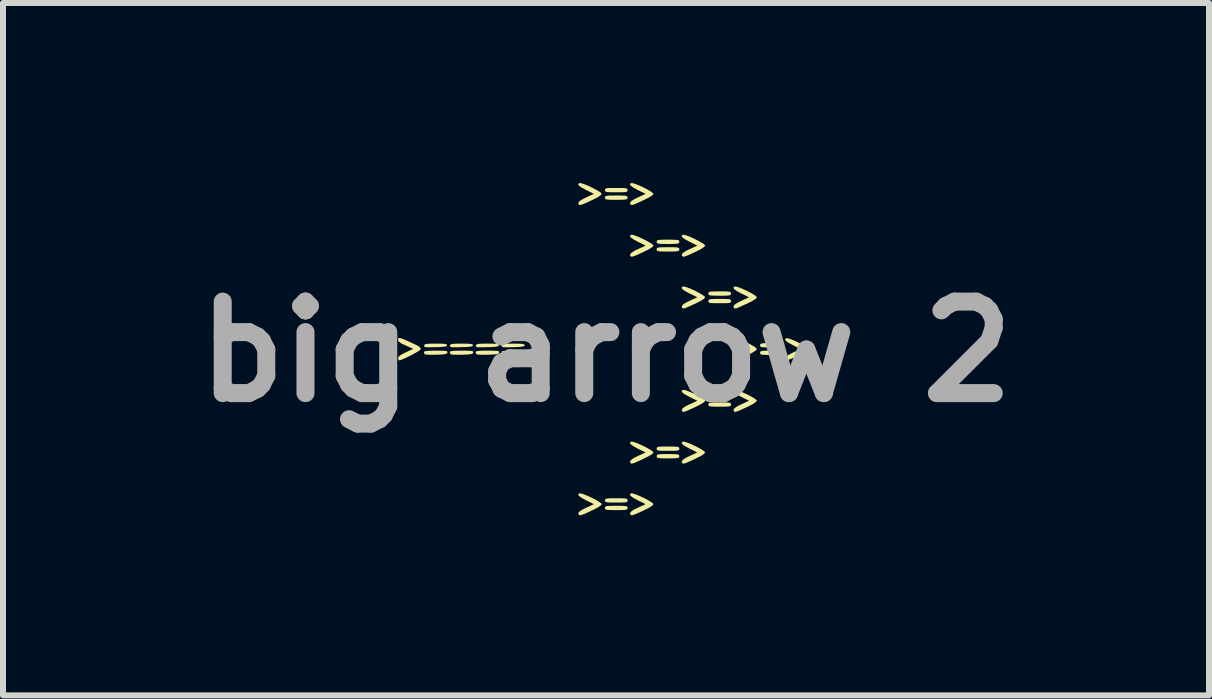
<source format=kicad_pcb>
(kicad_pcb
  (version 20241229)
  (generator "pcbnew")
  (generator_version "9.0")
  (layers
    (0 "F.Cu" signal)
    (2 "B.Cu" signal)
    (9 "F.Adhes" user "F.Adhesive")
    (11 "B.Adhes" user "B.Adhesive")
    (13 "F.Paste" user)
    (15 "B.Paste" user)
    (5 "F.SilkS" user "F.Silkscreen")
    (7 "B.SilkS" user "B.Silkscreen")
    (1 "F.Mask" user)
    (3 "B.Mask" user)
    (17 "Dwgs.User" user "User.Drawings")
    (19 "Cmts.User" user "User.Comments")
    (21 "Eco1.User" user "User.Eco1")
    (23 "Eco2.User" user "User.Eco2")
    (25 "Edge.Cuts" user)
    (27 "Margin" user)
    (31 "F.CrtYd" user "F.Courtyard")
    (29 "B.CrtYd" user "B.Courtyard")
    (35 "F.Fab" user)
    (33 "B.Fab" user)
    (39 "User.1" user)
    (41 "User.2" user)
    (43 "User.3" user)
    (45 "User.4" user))
  (footprint "big arrow 2"
    (layer "F.Cu")
    (at 7.047 2.81)
    (property "Reference" "big arrow 2" (at 0 0 0) (layer "F.Fab") (effects (font (size 1.524 1.524) (thickness 0.3))))
    (attr board_only exclude_from_pos_files exclude_from_bom)
    (fp_poly (pts (xy -2.75 -0.134) (xy -2.694 -0.131) (xy -2.662 -0.125) (xy -2.649 -0.115) (xy -2.648 -0.108) (xy -2.654 -0.095) (xy -2.676 -0.087) (xy -2.72 -0.081) (xy -2.791 -0.077) (xy -2.842 -0.076) (xy -2.928 -0.074) (xy -2.983 -0.074) (xy -3.015 -0.078) (xy -3.029 -0.086) (xy -3.031 -0.099) (xy -3.03 -0.103) (xy -3.024 -0.117) (xy -3.007 -0.126) (xy -2.972 -0.132) (xy -2.914 -0.134) (xy -2.836 -0.135)) (stroke (width 0) (type solid)) (fill yes) (layer "F.SilkS"))
    (fp_poly (pts (xy -2.319 -0.134) (xy -2.263 -0.131) (xy -2.232 -0.125) (xy -2.218 -0.115) (xy -2.217 -0.108) (xy -2.223 -0.095) (xy -2.245 -0.087) (xy -2.289 -0.081) (xy -2.361 -0.077) (xy -2.411 -0.076) (xy -2.497 -0.074) (xy -2.553 -0.074) (xy -2.584 -0.078) (xy -2.598 -0.086) (xy -2.6 -0.099) (xy -2.6 -0.103) (xy -2.593 -0.117) (xy -2.576 -0.126) (xy -2.541 -0.132) (xy -2.483 -0.134) (xy -2.405 -0.135)) (stroke (width 0) (type solid)) (fill yes) (layer "F.SilkS"))
    (fp_poly (pts (xy -1.888 -0.134) (xy -1.832 -0.131) (xy -1.801 -0.125) (xy -1.788 -0.115) (xy -1.786 -0.108) (xy -1.792 -0.095) (xy -1.815 -0.087) (xy -1.859 -0.081) (xy -1.93 -0.077) (xy -1.98 -0.076) (xy -2.066 -0.074) (xy -2.122 -0.074) (xy -2.154 -0.078) (xy -2.167 -0.086) (xy -2.169 -0.099) (xy -2.169 -0.103) (xy -2.162 -0.117) (xy -2.145 -0.126) (xy -2.11 -0.132) (xy -2.052 -0.134) (xy -1.974 -0.135)) (stroke (width 0) (type solid)) (fill yes) (layer "F.SilkS"))
    (fp_poly (pts (xy -1.457 -0.134) (xy -1.402 -0.131) (xy -1.37 -0.125) (xy -1.357 -0.115) (xy -1.355 -0.108) (xy -1.361 -0.095) (xy -1.384 -0.087) (xy -1.428 -0.081) (xy -1.499 -0.077) (xy -1.55 -0.076) (xy -1.635 -0.074) (xy -1.691 -0.074) (xy -1.723 -0.078) (xy -1.737 -0.086) (xy -1.738 -0.099) (xy -1.738 -0.103) (xy -1.731 -0.117) (xy -1.714 -0.126) (xy -1.68 -0.132) (xy -1.622 -0.134) (xy -1.544 -0.135)) (stroke (width 0) (type solid)) (fill yes) (layer "F.SilkS"))
    (fp_poly (pts (xy -2.748 -0.017) (xy -2.691 -0.015) (xy -2.658 -0.011) (xy -2.644 -0.002) (xy -2.642 0.01) (xy -2.642 0.013) (xy -2.649 0.028) (xy -2.669 0.038) (xy -2.708 0.044) (xy -2.771 0.048) (xy -2.828 0.05) (xy -2.906 0.051) (xy -2.969 0.049) (xy -3.01 0.046) (xy -3.021 0.042) (xy -3.033 0.015) (xy -3.034 0.006) (xy -3.025 -0.005) (xy -2.997 -0.012) (xy -2.944 -0.016) (xy -2.862 -0.018) (xy -2.835 -0.018)) (stroke (width 0) (type solid)) (fill yes) (layer "F.SilkS"))
    (fp_poly (pts (xy -2.317 -0.017) (xy -2.26 -0.015) (xy -2.228 -0.011) (xy -2.213 -0.002) (xy -2.211 0.01) (xy -2.211 0.013) (xy -2.219 0.028) (xy -2.238 0.038) (xy -2.277 0.044) (xy -2.34 0.048) (xy -2.398 0.05) (xy -2.475 0.051) (xy -2.538 0.049) (xy -2.579 0.046) (xy -2.59 0.042) (xy -2.602 0.015) (xy -2.603 0.006) (xy -2.595 -0.005) (xy -2.566 -0.012) (xy -2.514 -0.016) (xy -2.431 -0.018) (xy -2.404 -0.018)) (stroke (width 0) (type solid)) (fill yes) (layer "F.SilkS"))
    (fp_poly (pts (xy -1.886 -0.017) (xy -1.829 -0.015) (xy -1.797 -0.011) (xy -1.782 -0.002) (xy -1.78 0.01) (xy -1.78 0.013) (xy -1.788 0.028) (xy -1.807 0.038) (xy -1.846 0.044) (xy -1.91 0.048) (xy -1.967 0.05) (xy -2.044 0.051) (xy -2.107 0.049) (xy -2.148 0.046) (xy -2.159 0.042) (xy -2.171 0.015) (xy -2.172 0.006) (xy -2.164 -0.005) (xy -2.136 -0.012) (xy -2.083 -0.016) (xy -2 -0.018) (xy -1.973 -0.018)) (stroke (width 0) (type solid)) (fill yes) (layer "F.SilkS"))
    (fp_poly (pts (xy -1.456 -0.017) (xy -1.399 -0.015) (xy -1.366 -0.011) (xy -1.351 -0.002) (xy -1.349 0.01) (xy -1.35 0.013) (xy -1.357 0.028) (xy -1.377 0.038) (xy -1.415 0.044) (xy -1.479 0.048) (xy -1.536 0.05) (xy -1.613 0.051) (xy -1.676 0.049) (xy -1.718 0.046) (xy -1.729 0.042) (xy -1.74 0.015) (xy -1.741 0.006) (xy -1.733 -0.005) (xy -1.705 -0.012) (xy -1.652 -0.016) (xy -1.57 -0.018) (xy -1.542 -0.018)) (stroke (width 0) (type solid)) (fill yes) (layer "F.SilkS"))
    (fp_poly (pts (xy 0.255 -2.728) (xy 0.309 -2.726) (xy 0.34 -2.721) (xy 0.355 -2.712) (xy 0.359 -2.697) (xy 0.359 -2.693) (xy 0.357 -2.677) (xy 0.345 -2.666) (xy 0.319 -2.66) (xy 0.27 -2.657) (xy 0.194 -2.657) (xy 0.171 -2.657) (xy 0.086 -2.657) (xy 0.032 -2.659) (xy 0.001 -2.664) (xy -0.014 -2.674) (xy -0.018 -2.688) (xy -0.018 -2.693) (xy -0.016 -2.709) (xy -0.004 -2.719) (xy 0.022 -2.725) (xy 0.071 -2.728) (xy 0.147 -2.728) (xy 0.171 -2.728)) (stroke (width 0) (type solid)) (fill yes) (layer "F.SilkS"))
    (fp_poly (pts (xy 0.255 -2.602) (xy 0.309 -2.6) (xy 0.34 -2.595) (xy 0.355 -2.586) (xy 0.359 -2.571) (xy 0.359 -2.567) (xy 0.357 -2.551) (xy 0.345 -2.541) (xy 0.319 -2.535) (xy 0.27 -2.532) (xy 0.194 -2.531) (xy 0.171 -2.531) (xy 0.086 -2.531) (xy 0.032 -2.534) (xy 0.001 -2.539) (xy -0.014 -2.548) (xy -0.018 -2.562) (xy -0.018 -2.567) (xy -0.016 -2.583) (xy -0.004 -2.593) (xy 0.022 -2.599) (xy 0.071 -2.602) (xy 0.147 -2.603) (xy 0.171 -2.603)) (stroke (width 0) (type solid)) (fill yes) (layer "F.SilkS"))
    (fp_poly (pts (xy 0.255 2.442) (xy 0.309 2.444) (xy 0.34 2.449) (xy 0.355 2.458) (xy 0.359 2.473) (xy 0.359 2.477) (xy 0.357 2.493) (xy 0.345 2.504) (xy 0.319 2.51) (xy 0.27 2.512) (xy 0.194 2.513) (xy 0.171 2.513) (xy 0.086 2.513) (xy 0.032 2.51) (xy 0.001 2.505) (xy -0.014 2.496) (xy -0.018 2.482) (xy -0.018 2.477) (xy -0.016 2.461) (xy -0.004 2.451) (xy 0.022 2.445) (xy 0.071 2.442) (xy 0.147 2.441) (xy 0.171 2.441)) (stroke (width 0) (type solid)) (fill yes) (layer "F.SilkS"))
    (fp_poly (pts (xy 0.255 2.567) (xy 0.309 2.57) (xy 0.34 2.575) (xy 0.355 2.584) (xy 0.359 2.598) (xy 0.359 2.603) (xy 0.357 2.619) (xy 0.345 2.629) (xy 0.319 2.635) (xy 0.27 2.638) (xy 0.194 2.639) (xy 0.171 2.639) (xy 0.086 2.638) (xy 0.032 2.636) (xy 0.001 2.631) (xy -0.014 2.622) (xy -0.018 2.607) (xy -0.018 2.603) (xy -0.016 2.587) (xy -0.004 2.576) (xy 0.022 2.57) (xy 0.071 2.568) (xy 0.147 2.567) (xy 0.171 2.567)) (stroke (width 0) (type solid)) (fill yes) (layer "F.SilkS"))
    (fp_poly (pts (xy 1.116 -1.866) (xy 1.171 -1.864) (xy 1.202 -1.859) (xy 1.217 -1.85) (xy 1.221 -1.835) (xy 1.221 -1.831) (xy 1.218 -1.815) (xy 1.207 -1.805) (xy 1.18 -1.799) (xy 1.132 -1.796) (xy 1.056 -1.795) (xy 1.032 -1.795) (xy 0.948 -1.796) (xy 0.894 -1.798) (xy 0.862 -1.803) (xy 0.848 -1.812) (xy 0.844 -1.826) (xy 0.844 -1.831) (xy 0.846 -1.847) (xy 0.857 -1.857) (xy 0.884 -1.863) (xy 0.932 -1.866) (xy 1.009 -1.867) (xy 1.032 -1.867)) (stroke (width 0) (type solid)) (fill yes) (layer "F.SilkS"))
    (fp_poly (pts (xy 1.116 -1.741) (xy 1.171 -1.739) (xy 1.202 -1.734) (xy 1.217 -1.724) (xy 1.221 -1.71) (xy 1.221 -1.705) (xy 1.218 -1.689) (xy 1.207 -1.679) (xy 1.18 -1.673) (xy 1.132 -1.67) (xy 1.056 -1.669) (xy 1.032 -1.669) (xy 0.948 -1.67) (xy 0.894 -1.672) (xy 0.862 -1.677) (xy 0.848 -1.686) (xy 0.844 -1.701) (xy 0.844 -1.705) (xy 0.846 -1.721) (xy 0.857 -1.732) (xy 0.884 -1.738) (xy 0.932 -1.74) (xy 1.009 -1.741) (xy 1.032 -1.741)) (stroke (width 0) (type solid)) (fill yes) (layer "F.SilkS"))
    (fp_poly (pts (xy 1.116 1.58) (xy 1.171 1.582) (xy 1.202 1.587) (xy 1.217 1.597) (xy 1.221 1.611) (xy 1.221 1.616) (xy 1.218 1.632) (xy 1.207 1.642) (xy 1.18 1.648) (xy 1.132 1.651) (xy 1.056 1.651) (xy 1.032 1.651) (xy 0.948 1.651) (xy 0.894 1.649) (xy 0.862 1.644) (xy 0.848 1.635) (xy 0.844 1.62) (xy 0.844 1.616) (xy 0.846 1.6) (xy 0.857 1.589) (xy 0.884 1.583) (xy 0.932 1.58) (xy 1.009 1.58) (xy 1.032 1.58)) (stroke (width 0) (type solid)) (fill yes) (layer "F.SilkS"))
    (fp_poly (pts (xy 1.116 1.706) (xy 1.171 1.708) (xy 1.202 1.713) (xy 1.217 1.722) (xy 1.221 1.737) (xy 1.221 1.741) (xy 1.218 1.757) (xy 1.207 1.768) (xy 1.18 1.774) (xy 1.132 1.776) (xy 1.056 1.777) (xy 1.032 1.777) (xy 0.948 1.777) (xy 0.894 1.774) (xy 0.862 1.769) (xy 0.848 1.76) (xy 0.844 1.746) (xy 0.844 1.741) (xy 0.846 1.725) (xy 0.857 1.715) (xy 0.884 1.709) (xy 0.932 1.706) (xy 1.009 1.705) (xy 1.032 1.705)) (stroke (width 0) (type solid)) (fill yes) (layer "F.SilkS"))
    (fp_poly (pts (xy 1.978 -1.005) (xy 2.032 -1.003) (xy 2.064 -0.998) (xy 2.078 -0.988) (xy 2.082 -0.974) (xy 2.082 -0.969) (xy 2.08 -0.953) (xy 2.069 -0.943) (xy 2.042 -0.937) (xy 1.994 -0.934) (xy 1.917 -0.933) (xy 1.894 -0.933) (xy 1.81 -0.934) (xy 1.755 -0.936) (xy 1.724 -0.941) (xy 1.709 -0.95) (xy 1.705 -0.965) (xy 1.705 -0.969) (xy 1.708 -0.985) (xy 1.719 -0.996) (xy 1.746 -1.002) (xy 1.794 -1.004) (xy 1.87 -1.005) (xy 1.894 -1.005)) (stroke (width 0) (type solid)) (fill yes) (layer "F.SilkS"))
    (fp_poly (pts (xy 1.978 -0.879) (xy 2.032 -0.877) (xy 2.064 -0.872) (xy 2.078 -0.863) (xy 2.082 -0.848) (xy 2.082 -0.844) (xy 2.08 -0.828) (xy 2.069 -0.817) (xy 2.042 -0.811) (xy 1.994 -0.809) (xy 1.917 -0.808) (xy 1.894 -0.808) (xy 1.81 -0.808) (xy 1.755 -0.81) (xy 1.724 -0.815) (xy 1.709 -0.825) (xy 1.705 -0.839) (xy 1.705 -0.844) (xy 1.708 -0.86) (xy 1.719 -0.87) (xy 1.746 -0.876) (xy 1.794 -0.879) (xy 1.87 -0.88) (xy 1.894 -0.88)) (stroke (width 0) (type solid)) (fill yes) (layer "F.SilkS"))
    (fp_poly (pts (xy 1.978 0.718) (xy 2.032 0.721) (xy 2.064 0.726) (xy 2.078 0.735) (xy 2.082 0.749) (xy 2.082 0.754) (xy 2.08 0.77) (xy 2.069 0.78) (xy 2.042 0.786) (xy 1.994 0.789) (xy 1.917 0.79) (xy 1.894 0.79) (xy 1.81 0.789) (xy 1.755 0.787) (xy 1.724 0.782) (xy 1.709 0.773) (xy 1.705 0.758) (xy 1.705 0.754) (xy 1.708 0.738) (xy 1.719 0.728) (xy 1.746 0.722) (xy 1.794 0.719) (xy 1.87 0.718) (xy 1.894 0.718)) (stroke (width 0) (type solid)) (fill yes) (layer "F.SilkS"))
    (fp_poly (pts (xy 1.978 0.844) (xy 2.032 0.846) (xy 2.064 0.851) (xy 2.078 0.861) (xy 2.082 0.875) (xy 2.082 0.88) (xy 2.08 0.896) (xy 2.069 0.906) (xy 2.042 0.912) (xy 1.994 0.915) (xy 1.917 0.915) (xy 1.894 0.915) (xy 1.81 0.915) (xy 1.755 0.913) (xy 1.724 0.908) (xy 1.709 0.899) (xy 1.705 0.884) (xy 1.705 0.88) (xy 1.708 0.864) (xy 1.719 0.853) (xy 1.746 0.847) (xy 1.794 0.844) (xy 1.87 0.844) (xy 1.894 0.844)) (stroke (width 0) (type solid)) (fill yes) (layer "F.SilkS"))
    (fp_poly (pts (xy 2.839 -0.143) (xy 2.894 -0.141) (xy 2.925 -0.136) (xy 2.94 -0.127) (xy 2.944 -0.112) (xy 2.944 -0.108) (xy 2.942 -0.092) (xy 2.93 -0.081) (xy 2.904 -0.075) (xy 2.855 -0.073) (xy 2.779 -0.072) (xy 2.755 -0.072) (xy 2.671 -0.072) (xy 2.617 -0.074) (xy 2.585 -0.079) (xy 2.571 -0.089) (xy 2.567 -0.103) (xy 2.567 -0.108) (xy 2.569 -0.124) (xy 2.581 -0.134) (xy 2.607 -0.14) (xy 2.656 -0.143) (xy 2.732 -0.144) (xy 2.755 -0.144)) (stroke (width 0) (type solid)) (fill yes) (layer "F.SilkS"))
    (fp_poly (pts (xy 2.839 -0.018) (xy 2.894 -0.015) (xy 2.925 -0.01) (xy 2.94 -0.001) (xy 2.944 0.013) (xy 2.944 0.018) (xy 2.942 0.034) (xy 2.93 0.044) (xy 2.904 0.05) (xy 2.855 0.053) (xy 2.779 0.054) (xy 2.755 0.054) (xy 2.671 0.053) (xy 2.617 0.051) (xy 2.585 0.046) (xy 2.571 0.037) (xy 2.567 0.022) (xy 2.567 0.018) (xy 2.569 0.002) (xy 2.581 -0.008) (xy 2.607 -0.014) (xy 2.656 -0.017) (xy 2.732 -0.018) (xy 2.755 -0.018)) (stroke (width 0) (type solid)) (fill yes) (layer "F.SilkS"))
    (fp_poly (pts (xy -0.414 -2.808) (xy -0.364 -2.792) (xy -0.3 -2.766) (xy -0.232 -2.734) (xy -0.167 -2.7) (xy -0.113 -2.668) (xy -0.079 -2.642) (xy -0.072 -2.63) (xy -0.089 -2.607) (xy -0.14 -2.573) (xy -0.225 -2.53) (xy -0.244 -2.521) (xy -0.326 -2.483) (xy -0.383 -2.459) (xy -0.419 -2.446) (xy -0.44 -2.445) (xy -0.452 -2.451) (xy -0.458 -2.46) (xy -0.461 -2.485) (xy -0.436 -2.513) (xy -0.381 -2.546) (xy -0.316 -2.578) (xy -0.202 -2.63) (xy -0.329 -2.693) (xy -0.407 -2.735) (xy -0.452 -2.768) (xy -0.464 -2.792) (xy -0.444 -2.81) (xy -0.443 -2.81)) (stroke (width 0) (type solid)) (fill yes) (layer "F.SilkS"))
    (fp_poly (pts (xy -0.414 2.362) (xy -0.364 2.378) (xy -0.3 2.404) (xy -0.232 2.436) (xy -0.167 2.47) (xy -0.113 2.502) (xy -0.079 2.527) (xy -0.072 2.54) (xy -0.089 2.563) (xy -0.14 2.597) (xy -0.225 2.64) (xy -0.244 2.649) (xy -0.326 2.687) (xy -0.383 2.711) (xy -0.419 2.723) (xy -0.44 2.725) (xy -0.452 2.718) (xy -0.458 2.71) (xy -0.461 2.685) (xy -0.436 2.657) (xy -0.381 2.623) (xy -0.316 2.592) (xy -0.202 2.54) (xy -0.329 2.477) (xy -0.407 2.435) (xy -0.452 2.402) (xy -0.464 2.377) (xy -0.444 2.36) (xy -0.443 2.359)) (stroke (width 0) (type solid)) (fill yes) (layer "F.SilkS"))
    (fp_poly (pts (xy 0.447 -2.808) (xy 0.498 -2.792) (xy 0.561 -2.766) (xy 0.63 -2.734) (xy 0.695 -2.7) (xy 0.748 -2.668) (xy 0.782 -2.642) (xy 0.79 -2.63) (xy 0.773 -2.607) (xy 0.721 -2.573) (xy 0.636 -2.53) (xy 0.618 -2.521) (xy 0.535 -2.483) (xy 0.479 -2.459) (xy 0.443 -2.446) (xy 0.422 -2.445) (xy 0.41 -2.451) (xy 0.403 -2.46) (xy 0.401 -2.485) (xy 0.426 -2.513) (xy 0.48 -2.546) (xy 0.545 -2.578) (xy 0.66 -2.63) (xy 0.532 -2.693) (xy 0.454 -2.735) (xy 0.409 -2.768) (xy 0.397 -2.792) (xy 0.417 -2.81) (xy 0.418 -2.81)) (stroke (width 0) (type solid)) (fill yes) (layer "F.SilkS"))
    (fp_poly (pts (xy 0.447 -1.947) (xy 0.498 -1.93) (xy 0.561 -1.904) (xy 0.63 -1.872) (xy 0.695 -1.838) (xy 0.748 -1.807) (xy 0.782 -1.781) (xy 0.79 -1.768) (xy 0.773 -1.745) (xy 0.721 -1.711) (xy 0.636 -1.668) (xy 0.618 -1.659) (xy 0.535 -1.621) (xy 0.479 -1.597) (xy 0.443 -1.585) (xy 0.422 -1.583) (xy 0.41 -1.59) (xy 0.403 -1.598) (xy 0.401 -1.623) (xy 0.426 -1.651) (xy 0.48 -1.685) (xy 0.545 -1.716) (xy 0.66 -1.768) (xy 0.532 -1.831) (xy 0.454 -1.873) (xy 0.409 -1.906) (xy 0.397 -1.931) (xy 0.417 -1.948) (xy 0.418 -1.949)) (stroke (width 0) (type solid)) (fill yes) (layer "F.SilkS"))
    (fp_poly (pts (xy 0.447 1.5) (xy 0.498 1.516) (xy 0.561 1.542) (xy 0.63 1.574) (xy 0.695 1.608) (xy 0.748 1.64) (xy 0.782 1.666) (xy 0.79 1.678) (xy 0.773 1.702) (xy 0.721 1.735) (xy 0.636 1.778) (xy 0.618 1.787) (xy 0.535 1.825) (xy 0.479 1.85) (xy 0.443 1.862) (xy 0.422 1.864) (xy 0.41 1.857) (xy 0.403 1.848) (xy 0.401 1.823) (xy 0.426 1.795) (xy 0.48 1.762) (xy 0.545 1.73) (xy 0.66 1.678) (xy 0.532 1.616) (xy 0.454 1.573) (xy 0.409 1.54) (xy 0.397 1.516) (xy 0.417 1.498) (xy 0.418 1.498)) (stroke (width 0) (type solid)) (fill yes) (layer "F.SilkS"))
    (fp_poly (pts (xy 0.447 2.362) (xy 0.498 2.378) (xy 0.561 2.404) (xy 0.63 2.436) (xy 0.695 2.47) (xy 0.748 2.502) (xy 0.782 2.527) (xy 0.79 2.54) (xy 0.773 2.563) (xy 0.721 2.597) (xy 0.636 2.64) (xy 0.618 2.649) (xy 0.535 2.687) (xy 0.479 2.711) (xy 0.443 2.723) (xy 0.422 2.725) (xy 0.41 2.718) (xy 0.403 2.71) (xy 0.401 2.685) (xy 0.426 2.657) (xy 0.48 2.623) (xy 0.545 2.592) (xy 0.66 2.54) (xy 0.532 2.477) (xy 0.454 2.435) (xy 0.409 2.402) (xy 0.397 2.377) (xy 0.417 2.36) (xy 0.418 2.359)) (stroke (width 0) (type solid)) (fill yes) (layer "F.SilkS"))
    (fp_poly (pts (xy 1.309 -1.947) (xy 1.359 -1.93) (xy 1.423 -1.904) (xy 1.491 -1.872) (xy 1.556 -1.838) (xy 1.61 -1.807) (xy 1.644 -1.781) (xy 1.651 -1.768) (xy 1.634 -1.745) (xy 1.583 -1.711) (xy 1.498 -1.668) (xy 1.48 -1.659) (xy 1.397 -1.621) (xy 1.34 -1.597) (xy 1.305 -1.585) (xy 1.284 -1.583) (xy 1.271 -1.59) (xy 1.265 -1.598) (xy 1.263 -1.623) (xy 1.287 -1.651) (xy 1.342 -1.685) (xy 1.407 -1.716) (xy 1.521 -1.768) (xy 1.394 -1.831) (xy 1.316 -1.873) (xy 1.271 -1.906) (xy 1.259 -1.931) (xy 1.279 -1.948) (xy 1.28 -1.949)) (stroke (width 0) (type solid)) (fill yes) (layer "F.SilkS"))
    (fp_poly (pts (xy 1.309 -1.085) (xy 1.359 -1.069) (xy 1.423 -1.043) (xy 1.491 -1.011) (xy 1.556 -0.977) (xy 1.61 -0.945) (xy 1.644 -0.919) (xy 1.651 -0.907) (xy 1.634 -0.883) (xy 1.583 -0.85) (xy 1.498 -0.806) (xy 1.48 -0.798) (xy 1.397 -0.76) (xy 1.34 -0.735) (xy 1.305 -0.723) (xy 1.284 -0.721) (xy 1.271 -0.728) (xy 1.265 -0.737) (xy 1.263 -0.762) (xy 1.287 -0.79) (xy 1.342 -0.823) (xy 1.407 -0.855) (xy 1.521 -0.907) (xy 1.394 -0.969) (xy 1.316 -1.011) (xy 1.271 -1.044) (xy 1.259 -1.069) (xy 1.279 -1.087) (xy 1.28 -1.087)) (stroke (width 0) (type solid)) (fill yes) (layer "F.SilkS"))
    (fp_poly (pts (xy 1.309 0.638) (xy 1.359 0.654) (xy 1.423 0.681) (xy 1.491 0.712) (xy 1.556 0.746) (xy 1.61 0.778) (xy 1.644 0.804) (xy 1.651 0.817) (xy 1.634 0.84) (xy 1.583 0.873) (xy 1.498 0.917) (xy 1.48 0.925) (xy 1.397 0.964) (xy 1.34 0.988) (xy 1.305 1) (xy 1.284 1.002) (xy 1.271 0.995) (xy 1.265 0.986) (xy 1.263 0.962) (xy 1.287 0.934) (xy 1.342 0.9) (xy 1.407 0.869) (xy 1.521 0.817) (xy 1.394 0.754) (xy 1.316 0.712) (xy 1.271 0.679) (xy 1.259 0.654) (xy 1.279 0.637) (xy 1.28 0.636)) (stroke (width 0) (type solid)) (fill yes) (layer "F.SilkS"))
    (fp_poly (pts (xy 1.309 1.5) (xy 1.359 1.516) (xy 1.423 1.542) (xy 1.491 1.574) (xy 1.556 1.608) (xy 1.61 1.64) (xy 1.644 1.666) (xy 1.651 1.678) (xy 1.634 1.702) (xy 1.583 1.735) (xy 1.498 1.778) (xy 1.48 1.787) (xy 1.397 1.825) (xy 1.34 1.85) (xy 1.305 1.862) (xy 1.284 1.864) (xy 1.271 1.857) (xy 1.265 1.848) (xy 1.263 1.823) (xy 1.287 1.795) (xy 1.342 1.762) (xy 1.407 1.73) (xy 1.521 1.678) (xy 1.394 1.616) (xy 1.316 1.573) (xy 1.271 1.54) (xy 1.259 1.516) (xy 1.279 1.498) (xy 1.28 1.498)) (stroke (width 0) (type solid)) (fill yes) (layer "F.SilkS"))
    (fp_poly (pts (xy 2.171 -1.085) (xy 2.221 -1.069) (xy 2.284 -1.043) (xy 2.353 -1.011) (xy 2.418 -0.977) (xy 2.472 -0.945) (xy 2.505 -0.919) (xy 2.513 -0.907) (xy 2.496 -0.883) (xy 2.445 -0.85) (xy 2.36 -0.806) (xy 2.341 -0.798) (xy 2.258 -0.76) (xy 2.202 -0.735) (xy 2.166 -0.723) (xy 2.145 -0.721) (xy 2.133 -0.728) (xy 2.127 -0.737) (xy 2.124 -0.762) (xy 2.149 -0.79) (xy 2.203 -0.823) (xy 2.269 -0.855) (xy 2.383 -0.907) (xy 2.256 -0.969) (xy 2.177 -1.011) (xy 2.133 -1.044) (xy 2.121 -1.069) (xy 2.14 -1.087) (xy 2.142 -1.087)) (stroke (width 0) (type solid)) (fill yes) (layer "F.SilkS"))
    (fp_poly (pts (xy 2.171 -0.223) (xy 2.221 -0.207) (xy 2.284 -0.181) (xy 2.353 -0.149) (xy 2.418 -0.115) (xy 2.472 -0.083) (xy 2.505 -0.057) (xy 2.513 -0.045) (xy 2.496 -0.022) (xy 2.445 0.012) (xy 2.36 0.055) (xy 2.341 0.064) (xy 2.258 0.102) (xy 2.202 0.126) (xy 2.166 0.139) (xy 2.145 0.14) (xy 2.133 0.133) (xy 2.127 0.125) (xy 2.124 0.1) (xy 2.149 0.072) (xy 2.203 0.039) (xy 2.269 0.007) (xy 2.383 -0.045) (xy 2.256 -0.108) (xy 2.177 -0.15) (xy 2.133 -0.183) (xy 2.121 -0.208) (xy 2.14 -0.225) (xy 2.142 -0.225)) (stroke (width 0) (type solid)) (fill yes) (layer "F.SilkS"))
    (fp_poly (pts (xy 2.171 0.638) (xy 2.221 0.654) (xy 2.284 0.681) (xy 2.353 0.712) (xy 2.418 0.746) (xy 2.472 0.778) (xy 2.505 0.804) (xy 2.513 0.817) (xy 2.496 0.84) (xy 2.445 0.873) (xy 2.36 0.917) (xy 2.341 0.925) (xy 2.258 0.964) (xy 2.202 0.988) (xy 2.166 1) (xy 2.145 1.002) (xy 2.133 0.995) (xy 2.127 0.986) (xy 2.124 0.962) (xy 2.149 0.934) (xy 2.203 0.9) (xy 2.269 0.869) (xy 2.383 0.817) (xy 2.256 0.754) (xy 2.177 0.712) (xy 2.133 0.679) (xy 2.121 0.654) (xy 2.14 0.637) (xy 2.142 0.636)) (stroke (width 0) (type solid)) (fill yes) (layer "F.SilkS"))
    (fp_poly (pts (xy 3.032 -0.223) (xy 3.083 -0.207) (xy 3.146 -0.181) (xy 3.214 -0.149) (xy 3.28 -0.115) (xy 3.333 -0.083) (xy 3.367 -0.057) (xy 3.375 -0.045) (xy 3.358 -0.022) (xy 3.306 0.012) (xy 3.221 0.055) (xy 3.203 0.064) (xy 3.12 0.102) (xy 3.064 0.126) (xy 3.028 0.139) (xy 3.007 0.14) (xy 2.995 0.133) (xy 2.988 0.125) (xy 2.986 0.1) (xy 3.011 0.072) (xy 3.065 0.039) (xy 3.13 0.007) (xy 3.245 -0.045) (xy 3.117 -0.108) (xy 3.039 -0.15) (xy 2.994 -0.183) (xy 2.982 -0.208) (xy 3.002 -0.225) (xy 3.003 -0.225)) (stroke (width 0) (type solid)) (fill yes) (layer "F.SilkS"))
    (fp_poly (pts (xy -3.427 -0.227) (xy -3.383 -0.212) (xy -3.314 -0.183) (xy -3.28 -0.167) (xy -3.197 -0.129) (xy -3.142 -0.102) (xy -3.109 -0.081) (xy -3.093 -0.064) (xy -3.088 -0.046) (xy -3.087 -0.041) (xy -3.103 -0.026) (xy -3.142 0.001) (xy -3.199 0.033) (xy -3.264 0.067) (xy -3.33 0.1) (xy -3.389 0.126) (xy -3.432 0.141) (xy -3.446 0.144) (xy -3.461 0.129) (xy -3.464 0.107) (xy -3.456 0.083) (xy -3.427 0.058) (xy -3.372 0.027) (xy -3.338 0.011) (xy -3.211 -0.048) (xy -3.338 -0.104) (xy -3.406 -0.136) (xy -3.446 -0.162) (xy -3.463 -0.185) (xy -3.464 -0.196) (xy -3.462 -0.219) (xy -3.451 -0.229)) (stroke (width 0) (type solid)) (fill yes) (layer "F.SilkS"))
    (fp_poly (pts (xy -1.273 -0.227) (xy -1.229 -0.212) (xy -1.16 -0.183) (xy -1.126 -0.167) (xy -1.043 -0.129) (xy -0.988 -0.102) (xy -0.955 -0.081) (xy -0.938 -0.064) (xy -0.934 -0.046) (xy -0.933 -0.041) (xy -0.949 -0.026) (xy -0.988 0.001) (xy -1.045 0.033) (xy -1.11 0.067) (xy -1.176 0.1) (xy -1.235 0.126) (xy -1.278 0.141) (xy -1.292 0.144) (xy -1.307 0.129) (xy -1.31 0.107) (xy -1.302 0.083) (xy -1.273 0.058) (xy -1.218 0.027) (xy -1.184 0.011) (xy -1.057 -0.048) (xy -1.184 -0.104) (xy -1.252 -0.136) (xy -1.292 -0.162) (xy -1.309 -0.185) (xy -1.31 -0.196) (xy -1.308 -0.219) (xy -1.297 -0.229)) (stroke (width 0) (type solid)) (fill yes) (layer "F.SilkS")))
  (gr_rect
    (start -3 -3)
    (end 17.093 8.536)
    (stroke (width 0.1) (type default))
    (fill no)
    (layer "Edge.Cuts")))
</source>
